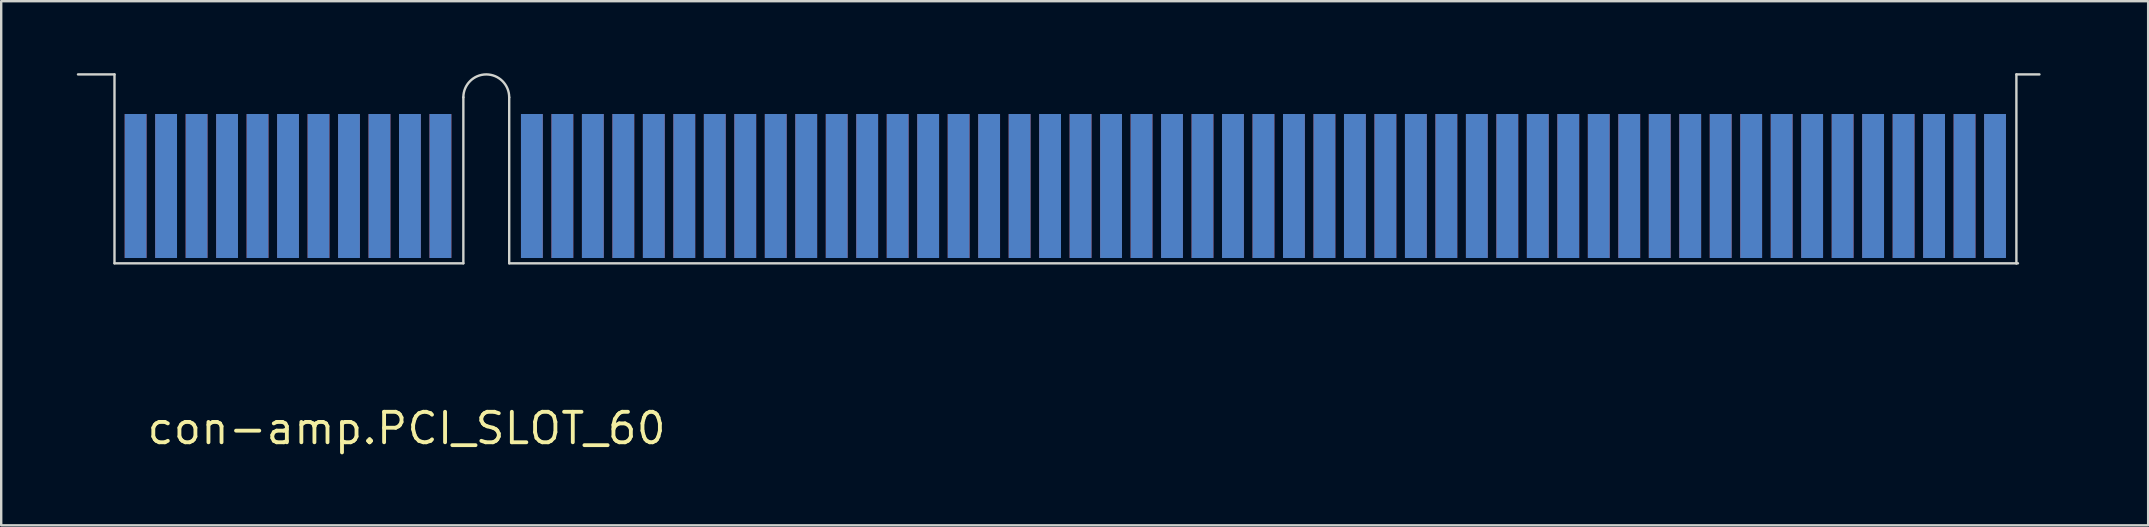
<source format=kicad_pcb>
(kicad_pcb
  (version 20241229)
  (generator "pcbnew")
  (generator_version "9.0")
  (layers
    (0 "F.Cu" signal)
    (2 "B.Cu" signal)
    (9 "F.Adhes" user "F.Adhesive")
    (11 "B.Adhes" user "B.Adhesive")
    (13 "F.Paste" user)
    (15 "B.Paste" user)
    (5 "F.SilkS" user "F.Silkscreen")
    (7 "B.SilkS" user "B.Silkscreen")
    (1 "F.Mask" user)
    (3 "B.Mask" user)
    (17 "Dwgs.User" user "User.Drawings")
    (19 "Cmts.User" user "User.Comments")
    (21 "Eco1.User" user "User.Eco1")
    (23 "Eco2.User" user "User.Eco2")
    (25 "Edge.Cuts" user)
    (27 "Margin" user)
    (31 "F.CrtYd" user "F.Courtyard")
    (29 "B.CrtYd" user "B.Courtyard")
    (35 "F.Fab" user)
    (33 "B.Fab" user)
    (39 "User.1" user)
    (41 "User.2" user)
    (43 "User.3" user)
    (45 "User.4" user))
  (footprint "con-amp.PCI_SLOT_60"
    (layer "F.Cu")
    (at 2.6 7.92)
    (property "Reference" "con-amp.PCI_SLOT_60" (at 0.39 7.62 0) (layer "F.SilkS") (effects (font (size 1.27 1.27) (thickness 0.16)) (justify left bottom)))
    (attr smd)
    (fp_line (start -2.15 3.81) (end 80.4 3.81) (stroke (width 0.9) (type default)) (layer "F.Mask"))
    (fp_line (start 0 -5.915) (end 0 3.52) (stroke (width 0.91) (type default)) (layer "F.Mask"))
    (fp_line (start 1.27 -5.915) (end 1.27 3.52) (stroke (width 0.91) (type default)) (layer "F.Mask"))
    (fp_line (start 2.54 -5.915) (end 2.54 3.52) (stroke (width 0.91) (type default)) (layer "F.Mask"))
    (fp_line (start 3.81 -5.915) (end 3.81 3.52) (stroke (width 0.91) (type default)) (layer "F.Mask"))
    (fp_line (start 5.08 -5.915) (end 5.08 3.52) (stroke (width 0.91) (type default)) (layer "F.Mask"))
    (fp_line (start 6.35 -5.915) (end 6.35 3.52) (stroke (width 0.91) (type default)) (layer "F.Mask"))
    (fp_line (start 7.62 -5.915) (end 7.62 3.52) (stroke (width 0.91) (type default)) (layer "F.Mask"))
    (fp_line (start 8.89 -5.915) (end 8.89 3.52) (stroke (width 0.91) (type default)) (layer "F.Mask"))
    (fp_line (start 10.16 -5.915) (end 10.16 3.52) (stroke (width 0.91) (type default)) (layer "F.Mask"))
    (fp_line (start 11.43 -5.915) (end 11.43 3.52) (stroke (width 0.91) (type default)) (layer "F.Mask"))
    (fp_line (start 12.7 -5.915) (end 12.7 3.52) (stroke (width 0.91) (type default)) (layer "F.Mask"))
    (fp_line (start 16.51 -5.915) (end 16.51 3.52) (stroke (width 0.91) (type default)) (layer "F.Mask"))
    (fp_line (start 17.78 -5.915) (end 17.78 3.52) (stroke (width 0.91) (type default)) (layer "F.Mask"))
    (fp_line (start 19.05 -5.915) (end 19.05 3.52) (stroke (width 0.91) (type default)) (layer "F.Mask"))
    (fp_line (start 20.32 -5.915) (end 20.32 3.52) (stroke (width 0.91) (type default)) (layer "F.Mask"))
    (fp_line (start 21.59 -5.915) (end 21.59 3.52) (stroke (width 0.91) (type default)) (layer "F.Mask"))
    (fp_line (start 22.86 -5.915) (end 22.86 3.52) (stroke (width 0.91) (type default)) (layer "F.Mask"))
    (fp_line (start 24.13 -5.915) (end 24.13 3.52) (stroke (width 0.91) (type default)) (layer "F.Mask"))
    (fp_line (start 25.4 -5.915) (end 25.4 3.52) (stroke (width 0.91) (type default)) (layer "F.Mask"))
    (fp_line (start 26.67 -5.915) (end 26.67 3.52) (stroke (width 0.91) (type default)) (layer "F.Mask"))
    (fp_line (start 27.94 -5.915) (end 27.94 3.52) (stroke (width 0.91) (type default)) (layer "F.Mask"))
    (fp_line (start 29.21 -5.915) (end 29.21 3.52) (stroke (width 0.91) (type default)) (layer "F.Mask"))
    (fp_line (start 30.48 -5.915) (end 30.48 3.52) (stroke (width 0.91) (type default)) (layer "F.Mask"))
    (fp_line (start 31.75 -5.915) (end 31.75 3.52) (stroke (width 0.91) (type default)) (layer "F.Mask"))
    (fp_line (start 33.02 -5.915) (end 33.02 3.52) (stroke (width 0.91) (type default)) (layer "F.Mask"))
    (fp_line (start 34.29 -5.915) (end 34.29 3.52) (stroke (width 0.91) (type default)) (layer "F.Mask"))
    (fp_line (start 35.56 -5.915) (end 35.56 3.52) (stroke (width 0.91) (type default)) (layer "F.Mask"))
    (fp_line (start 36.83 -5.915) (end 36.83 3.52) (stroke (width 0.91) (type default)) (layer "F.Mask"))
    (fp_line (start 38.1 -5.915) (end 38.1 3.52) (stroke (width 0.91) (type default)) (layer "F.Mask"))
    (fp_line (start 39.37 -5.915) (end 39.37 3.52) (stroke (width 0.91) (type default)) (layer "F.Mask"))
    (fp_line (start 40.64 -5.915) (end 40.64 3.52) (stroke (width 0.91) (type default)) (layer "F.Mask"))
    (fp_line (start 41.91 -5.915) (end 41.91 3.52) (stroke (width 0.91) (type default)) (layer "F.Mask"))
    (fp_line (start 43.18 -5.915) (end 43.18 3.52) (stroke (width 0.91) (type default)) (layer "F.Mask"))
    (fp_line (start 44.45 -5.915) (end 44.45 3.52) (stroke (width 0.91) (type default)) (layer "F.Mask"))
    (fp_line (start 45.72 -5.915) (end 45.72 3.52) (stroke (width 0.91) (type default)) (layer "F.Mask"))
    (fp_line (start 46.99 -5.915) (end 46.99 3.52) (stroke (width 0.91) (type default)) (layer "F.Mask"))
    (fp_line (start 48.26 -5.915) (end 48.26 3.52) (stroke (width 0.91) (type default)) (layer "F.Mask"))
    (fp_line (start 49.53 -5.915) (end 49.53 3.52) (stroke (width 0.91) (type default)) (layer "F.Mask"))
    (fp_line (start 50.8 -5.915) (end 50.8 3.52) (stroke (width 0.91) (type default)) (layer "F.Mask"))
    (fp_line (start 52.07 -5.915) (end 52.07 3.52) (stroke (width 0.91) (type default)) (layer "F.Mask"))
    (fp_line (start 53.34 -5.915) (end 53.34 3.52) (stroke (width 0.91) (type default)) (layer "F.Mask"))
    (fp_line (start 54.61 -5.915) (end 54.61 3.52) (stroke (width 0.91) (type default)) (layer "F.Mask"))
    (fp_line (start 55.88 -5.915) (end 55.88 3.52) (stroke (width 0.91) (type default)) (layer "F.Mask"))
    (fp_line (start 57.15 -5.915) (end 57.15 3.52) (stroke (width 0.91) (type default)) (layer "F.Mask"))
    (fp_line (start 58.42 -5.915) (end 58.42 3.52) (stroke (width 0.91) (type default)) (layer "F.Mask"))
    (fp_line (start 59.69 -5.915) (end 59.69 3.52) (stroke (width 0.91) (type default)) (layer "F.Mask"))
    (fp_line (start 60.96 -5.915) (end 60.96 3.52) (stroke (width 0.91) (type default)) (layer "F.Mask"))
    (fp_line (start 62.23 -5.915) (end 62.23 3.52) (stroke (width 0.91) (type default)) (layer "F.Mask"))
    (fp_line (start 63.5 -5.915) (end 63.5 3.52) (stroke (width 0.91) (type default)) (layer "F.Mask"))
    (fp_line (start 64.77 -5.915) (end 64.77 3.52) (stroke (width 0.91) (type default)) (layer "F.Mask"))
    (fp_line (start 66.04 -5.915) (end 66.04 3.52) (stroke (width 0.91) (type default)) (layer "F.Mask"))
    (fp_line (start 67.31 -5.915) (end 67.31 3.52) (stroke (width 0.91) (type default)) (layer "F.Mask"))
    (fp_line (start 68.58 -5.915) (end 68.58 3.52) (stroke (width 0.91) (type default)) (layer "F.Mask"))
    (fp_line (start 69.85 -5.915) (end 69.85 3.52) (stroke (width 0.91) (type default)) (layer "F.Mask"))
    (fp_line (start 71.12 -5.915) (end 71.12 3.52) (stroke (width 0.91) (type default)) (layer "F.Mask"))
    (fp_line (start 72.39 -5.915) (end 72.39 3.52) (stroke (width 0.91) (type default)) (layer "F.Mask"))
    (fp_line (start 73.66 -5.915) (end 73.66 3.52) (stroke (width 0.91) (type default)) (layer "F.Mask"))
    (fp_line (start 74.93 -5.915) (end 74.93 3.52) (stroke (width 0.91) (type default)) (layer "F.Mask"))
    (fp_line (start 76.2 -5.915) (end 76.2 3.52) (stroke (width 0.91) (type default)) (layer "F.Mask"))
    (fp_line (start 77.47 -5.915) (end 77.47 3.52) (stroke (width 0.91) (type default)) (layer "F.Mask"))
    (fp_line (start 0 3.52) (end 0 -5.915) (stroke (width 0.91) (type default)) (layer "B.Mask"))
    (fp_line (start 1.27 3.52) (end 1.27 -5.915) (stroke (width 0.91) (type default)) (layer "B.Mask"))
    (fp_line (start 2.54 3.52) (end 2.54 -5.915) (stroke (width 0.91) (type default)) (layer "B.Mask"))
    (fp_line (start 3.81 3.52) (end 3.81 -5.915) (stroke (width 0.91) (type default)) (layer "B.Mask"))
    (fp_line (start 5.08 3.52) (end 5.08 -5.915) (stroke (width 0.91) (type default)) (layer "B.Mask"))
    (fp_line (start 6.35 3.52) (end 6.35 -5.915) (stroke (width 0.91) (type default)) (layer "B.Mask"))
    (fp_line (start 7.62 3.52) (end 7.62 -5.915) (stroke (width 0.91) (type default)) (layer "B.Mask"))
    (fp_line (start 8.89 3.52) (end 8.89 -5.915) (stroke (width 0.91) (type default)) (layer "B.Mask"))
    (fp_line (start 10.16 3.52) (end 10.16 -5.915) (stroke (width 0.91) (type default)) (layer "B.Mask"))
    (fp_line (start 11.43 3.52) (end 11.43 -5.915) (stroke (width 0.91) (type default)) (layer "B.Mask"))
    (fp_line (start 12.7 3.52) (end 12.7 -5.915) (stroke (width 0.91) (type default)) (layer "B.Mask"))
    (fp_line (start 16.51 3.52) (end 16.51 -5.915) (stroke (width 0.91) (type default)) (layer "B.Mask"))
    (fp_line (start 17.78 3.52) (end 17.78 -5.915) (stroke (width 0.91) (type default)) (layer "B.Mask"))
    (fp_line (start 19.05 3.52) (end 19.05 -5.915) (stroke (width 0.91) (type default)) (layer "B.Mask"))
    (fp_line (start 20.32 3.52) (end 20.32 -5.915) (stroke (width 0.91) (type default)) (layer "B.Mask"))
    (fp_line (start 21.59 3.52) (end 21.59 -5.915) (stroke (width 0.91) (type default)) (layer "B.Mask"))
    (fp_line (start 22.86 3.52) (end 22.86 -5.915) (stroke (width 0.91) (type default)) (layer "B.Mask"))
    (fp_line (start 24.13 3.52) (end 24.13 -5.915) (stroke (width 0.91) (type default)) (layer "B.Mask"))
    (fp_line (start 25.4 3.52) (end 25.4 -5.915) (stroke (width 0.91) (type default)) (layer "B.Mask"))
    (fp_line (start 26.67 3.52) (end 26.67 -5.915) (stroke (width 0.91) (type default)) (layer "B.Mask"))
    (fp_line (start 27.94 3.52) (end 27.94 -5.915) (stroke (width 0.91) (type default)) (layer "B.Mask"))
    (fp_line (start 29.21 3.52) (end 29.21 -5.915) (stroke (width 0.91) (type default)) (layer "B.Mask"))
    (fp_line (start 30.48 3.52) (end 30.48 -5.915) (stroke (width 0.91) (type default)) (layer "B.Mask"))
    (fp_line (start 31.75 3.52) (end 31.75 -5.915) (stroke (width 0.91) (type default)) (layer "B.Mask"))
    (fp_line (start 33.02 3.52) (end 33.02 -5.915) (stroke (width 0.91) (type default)) (layer "B.Mask"))
    (fp_line (start 34.29 3.52) (end 34.29 -5.915) (stroke (width 0.91) (type default)) (layer "B.Mask"))
    (fp_line (start 35.56 3.52) (end 35.56 -5.915) (stroke (width 0.91) (type default)) (layer "B.Mask"))
    (fp_line (start 36.83 3.52) (end 36.83 -5.915) (stroke (width 0.91) (type default)) (layer "B.Mask"))
    (fp_line (start 38.1 3.52) (end 38.1 -5.915) (stroke (width 0.91) (type default)) (layer "B.Mask"))
    (fp_line (start 39.37 3.52) (end 39.37 -5.915) (stroke (width 0.91) (type default)) (layer "B.Mask"))
    (fp_line (start 40.64 3.52) (end 40.64 -5.915) (stroke (width 0.91) (type default)) (layer "B.Mask"))
    (fp_line (start 41.91 3.52) (end 41.91 -5.915) (stroke (width 0.91) (type default)) (layer "B.Mask"))
    (fp_line (start 43.18 3.52) (end 43.18 -5.915) (stroke (width 0.91) (type default)) (layer "B.Mask"))
    (fp_line (start 44.45 3.52) (end 44.45 -5.915) (stroke (width 0.91) (type default)) (layer "B.Mask"))
    (fp_line (start 45.72 3.52) (end 45.72 -5.915) (stroke (width 0.91) (type default)) (layer "B.Mask"))
    (fp_line (start 46.99 3.52) (end 46.99 -5.915) (stroke (width 0.91) (type default)) (layer "B.Mask"))
    (fp_line (start 48.26 3.52) (end 48.26 -5.915) (stroke (width 0.91) (type default)) (layer "B.Mask"))
    (fp_line (start 49.53 3.52) (end 49.53 -5.915) (stroke (width 0.91) (type default)) (layer "B.Mask"))
    (fp_line (start 50.8 3.52) (end 50.8 -5.915) (stroke (width 0.91) (type default)) (layer "B.Mask"))
    (fp_line (start 52.07 3.52) (end 52.07 -5.915) (stroke (width 0.91) (type default)) (layer "B.Mask"))
    (fp_line (start 53.34 3.52) (end 53.34 -5.915) (stroke (width 0.91) (type default)) (layer "B.Mask"))
    (fp_line (start 54.61 3.52) (end 54.61 -5.915) (stroke (width 0.91) (type default)) (layer "B.Mask"))
    (fp_line (start 55.88 3.52) (end 55.88 -5.915) (stroke (width 0.91) (type default)) (layer "B.Mask"))
    (fp_line (start 57.15 3.52) (end 57.15 -5.915) (stroke (width 0.91) (type default)) (layer "B.Mask"))
    (fp_line (start 58.42 3.52) (end 58.42 -5.915) (stroke (width 0.91) (type default)) (layer "B.Mask"))
    (fp_line (start 59.69 3.52) (end 59.69 -5.915) (stroke (width 0.91) (type default)) (layer "B.Mask"))
    (fp_line (start 60.96 3.52) (end 60.96 -5.915) (stroke (width 0.91) (type default)) (layer "B.Mask"))
    (fp_line (start 62.23 3.52) (end 62.23 -5.915) (stroke (width 0.91) (type default)) (layer "B.Mask"))
    (fp_line (start 63.5 3.52) (end 63.5 -5.915) (stroke (width 0.91) (type default)) (layer "B.Mask"))
    (fp_line (start 64.77 3.52) (end 64.77 -5.915) (stroke (width 0.91) (type default)) (layer "B.Mask"))
    (fp_line (start 66.04 3.52) (end 66.04 -5.915) (stroke (width 0.91) (type default)) (layer "B.Mask"))
    (fp_line (start 67.31 3.52) (end 67.31 -5.915) (stroke (width 0.91) (type default)) (layer "B.Mask"))
    (fp_line (start 68.58 3.52) (end 68.58 -5.915) (stroke (width 0.91) (type default)) (layer "B.Mask"))
    (fp_line (start 69.85 3.52) (end 69.85 -5.915) (stroke (width 0.91) (type default)) (layer "B.Mask"))
    (fp_line (start 71.12 3.52) (end 71.12 -5.915) (stroke (width 0.91) (type default)) (layer "B.Mask"))
    (fp_line (start 72.39 3.52) (end 72.39 -5.915) (stroke (width 0.91) (type default)) (layer "B.Mask"))
    (fp_line (start 73.66 3.52) (end 73.66 -5.915) (stroke (width 0.91) (type default)) (layer "B.Mask"))
    (fp_line (start 74.93 3.52) (end 74.93 -5.915) (stroke (width 0.91) (type default)) (layer "B.Mask"))
    (fp_line (start 76.2 3.52) (end 76.2 -5.915) (stroke (width 0.91) (type default)) (layer "B.Mask"))
    (fp_line (start 77.47 3.52) (end 77.47 -5.915) (stroke (width 0.91) (type default)) (layer "B.Mask"))
    (fp_line (start 80.4 3.81) (end -2.15 3.81) (stroke (width 0.9) (type default)) (layer "B.Mask"))
    (fp_line (start -0.88 -7.87) (end -2.4 -7.87) (stroke (width 0.1) (type default)) (layer "Edge.Cuts"))
    (fp_line (start -0.88 0) (end -0.88 -7.87) (stroke (width 0.1) (type default)) (layer "Edge.Cuts"))
    (fp_line (start -0.88 0) (end 13.655 0) (stroke (width 0.1) (type default)) (layer "Edge.Cuts"))
    (fp_line (start 13.655 0) (end 13.655 -6.915) (stroke (width 0.1) (type default)) (layer "Edge.Cuts"))
    (fp_line (start 15.565 0) (end 15.565 -6.915) (stroke (width 0.1) (type default)) (layer "Edge.Cuts"))
    (fp_line (start 15.565 0) (end 78.36 0) (stroke (width 0.1) (type default)) (layer "Edge.Cuts"))
    (fp_line (start 78.36 -7.87) (end 79.32 -7.87) (stroke (width 0.1) (type default)) (layer "Edge.Cuts"))
    (fp_line (start 78.36 0) (end 78.36 -7.87) (stroke (width 0.1) (type default)) (layer "Edge.Cuts"))
    (fp_line (start 78.36 0) (end 78.425 0) (stroke (width 0.1) (type default)) (layer "Edge.Cuts"))
    (fp_arc (start 13.655 -6.915) (mid 14.61 -7.87) (end 15.565 -6.915) (stroke (width 0.1) (type default)) (layer "Edge.Cuts"))
    (pad "1" smd roundrect (at 0 -3.22) (size 0.91 6) (layers "F.Cu" "F.Mask" "F.Paste") (roundrect_rratio 0.01))
    (pad "2" smd roundrect (at 0 -3.22) (size 0.91 6) (layers "B.Cu" "B.Mask" "B.Paste") (roundrect_rratio 0.01))
    (pad "3" smd roundrect (at 1.27 -3.22) (size 0.91 6) (layers "F.Cu" "F.Mask" "F.Paste") (roundrect_rratio 0.01))
    (pad "4" smd roundrect (at 1.27 -3.22) (size 0.91 6) (layers "B.Cu" "B.Mask" "B.Paste") (roundrect_rratio 0.01))
    (pad "5" smd roundrect (at 2.54 -3.22) (size 0.91 6) (layers "F.Cu" "F.Mask" "F.Paste") (roundrect_rratio 0.01))
    (pad "6" smd roundrect (at 2.54 -3.22) (size 0.91 6) (layers "B.Cu" "B.Mask" "B.Paste") (roundrect_rratio 0.01))
    (pad "7" smd roundrect (at 3.81 -3.22) (size 0.91 6) (layers "F.Cu" "F.Mask" "F.Paste") (roundrect_rratio 0.01))
    (pad "8" smd roundrect (at 3.81 -3.22) (size 0.91 6) (layers "B.Cu" "B.Mask" "B.Paste") (roundrect_rratio 0.01))
    (pad "9" smd roundrect (at 5.08 -3.22) (size 0.91 6) (layers "F.Cu" "F.Mask" "F.Paste") (roundrect_rratio 0.01))
    (pad "10" smd roundrect (at 5.08 -3.22) (size 0.91 6) (layers "B.Cu" "B.Mask" "B.Paste") (roundrect_rratio 0.01))
    (pad "11" smd roundrect (at 6.35 -3.22) (size 0.91 6) (layers "F.Cu" "F.Mask" "F.Paste") (roundrect_rratio 0.01))
    (pad "12" smd roundrect (at 6.35 -3.22) (size 0.91 6) (layers "B.Cu" "B.Mask" "B.Paste") (roundrect_rratio 0.01))
    (pad "13" smd roundrect (at 7.62 -3.22) (size 0.91 6) (layers "F.Cu" "F.Mask" "F.Paste") (roundrect_rratio 0.01))
    (pad "14" smd roundrect (at 7.62 -3.22) (size 0.91 6) (layers "B.Cu" "B.Mask" "B.Paste") (roundrect_rratio 0.01))
    (pad "15" smd roundrect (at 8.89 -3.22) (size 0.91 6) (layers "F.Cu" "F.Mask" "F.Paste") (roundrect_rratio 0.01))
    (pad "16" smd roundrect (at 8.89 -3.22) (size 0.91 6) (layers "B.Cu" "B.Mask" "B.Paste") (roundrect_rratio 0.01))
    (pad "17" smd roundrect (at 10.16 -3.22) (size 0.91 6) (layers "F.Cu" "F.Mask" "F.Paste") (roundrect_rratio 0.01))
    (pad "18" smd roundrect (at 10.16 -3.22) (size 0.91 6) (layers "B.Cu" "B.Mask" "B.Paste") (roundrect_rratio 0.01))
    (pad "19" smd roundrect (at 11.43 -3.22) (size 0.91 6) (layers "F.Cu" "F.Mask" "F.Paste") (roundrect_rratio 0.01))
    (pad "20" smd roundrect (at 11.43 -3.22) (size 0.91 6) (layers "B.Cu" "B.Mask" "B.Paste") (roundrect_rratio 0.01))
    (pad "21" smd roundrect (at 12.7 -3.22) (size 0.91 6) (layers "F.Cu" "F.Mask" "F.Paste") (roundrect_rratio 0.01))
    (pad "22" smd roundrect (at 12.7 -3.22) (size 0.91 6) (layers "B.Cu" "B.Mask" "B.Paste") (roundrect_rratio 0.01))
    (pad "23" smd roundrect (at 16.51 -3.22) (size 0.91 6) (layers "F.Cu" "F.Mask" "F.Paste") (roundrect_rratio 0.01))
    (pad "24" smd roundrect (at 16.51 -3.22) (size 0.91 6) (layers "B.Cu" "B.Mask" "B.Paste") (roundrect_rratio 0.01))
    (pad "25" smd roundrect (at 17.78 -3.22) (size 0.91 6) (layers "F.Cu" "F.Mask" "F.Paste") (roundrect_rratio 0.01))
    (pad "26" smd roundrect (at 17.78 -3.22) (size 0.91 6) (layers "B.Cu" "B.Mask" "B.Paste") (roundrect_rratio 0.01))
    (pad "27" smd roundrect (at 19.05 -3.22) (size 0.91 6) (layers "F.Cu" "F.Mask" "F.Paste") (roundrect_rratio 0.01))
    (pad "28" smd roundrect (at 19.05 -3.22) (size 0.91 6) (layers "B.Cu" "B.Mask" "B.Paste") (roundrect_rratio 0.01))
    (pad "29" smd roundrect (at 20.32 -3.22) (size 0.91 6) (layers "F.Cu" "F.Mask" "F.Paste") (roundrect_rratio 0.01))
    (pad "30" smd roundrect (at 20.32 -3.22) (size 0.91 6) (layers "B.Cu" "B.Mask" "B.Paste") (roundrect_rratio 0.01))
    (pad "31" smd roundrect (at 21.59 -3.22) (size 0.91 6) (layers "F.Cu" "F.Mask" "F.Paste") (roundrect_rratio 0.01))
    (pad "32" smd roundrect (at 21.59 -3.22) (size 0.91 6) (layers "B.Cu" "B.Mask" "B.Paste") (roundrect_rratio 0.01))
    (pad "33" smd roundrect (at 22.86 -3.22) (size 0.91 6) (layers "F.Cu" "F.Mask" "F.Paste") (roundrect_rratio 0.01))
    (pad "34" smd roundrect (at 22.86 -3.22) (size 0.91 6) (layers "B.Cu" "B.Mask" "B.Paste") (roundrect_rratio 0.01))
    (pad "35" smd roundrect (at 24.13 -3.22) (size 0.91 6) (layers "F.Cu" "F.Mask" "F.Paste") (roundrect_rratio 0.01))
    (pad "36" smd roundrect (at 24.13 -3.22) (size 0.91 6) (layers "B.Cu" "B.Mask" "B.Paste") (roundrect_rratio 0.01))
    (pad "37" smd roundrect (at 25.4 -3.22) (size 0.91 6) (layers "F.Cu" "F.Mask" "F.Paste") (roundrect_rratio 0.01))
    (pad "38" smd roundrect (at 25.4 -3.22) (size 0.91 6) (layers "B.Cu" "B.Mask" "B.Paste") (roundrect_rratio 0.01))
    (pad "39" smd roundrect (at 26.67 -3.22) (size 0.91 6) (layers "F.Cu" "F.Mask" "F.Paste") (roundrect_rratio 0.01))
    (pad "40" smd roundrect (at 26.67 -3.22) (size 0.91 6) (layers "B.Cu" "B.Mask" "B.Paste") (roundrect_rratio 0.01))
    (pad "41" smd roundrect (at 27.94 -3.22) (size 0.91 6) (layers "F.Cu" "F.Mask" "F.Paste") (roundrect_rratio 0.01))
    (pad "42" smd roundrect (at 27.94 -3.22) (size 0.91 6) (layers "B.Cu" "B.Mask" "B.Paste") (roundrect_rratio 0.01))
    (pad "43" smd roundrect (at 29.21 -3.22) (size 0.91 6) (layers "F.Cu" "F.Mask" "F.Paste") (roundrect_rratio 0.01))
    (pad "44" smd roundrect (at 29.21 -3.22) (size 0.91 6) (layers "B.Cu" "B.Mask" "B.Paste") (roundrect_rratio 0.01))
    (pad "45" smd roundrect (at 30.48 -3.22) (size 0.91 6) (layers "F.Cu" "F.Mask" "F.Paste") (roundrect_rratio 0.01))
    (pad "46" smd roundrect (at 30.48 -3.22) (size 0.91 6) (layers "B.Cu" "B.Mask" "B.Paste") (roundrect_rratio 0.01))
    (pad "47" smd roundrect (at 31.75 -3.22) (size 0.91 6) (layers "F.Cu" "F.Mask" "F.Paste") (roundrect_rratio 0.01))
    (pad "48" smd roundrect (at 31.75 -3.22) (size 0.91 6) (layers "B.Cu" "B.Mask" "B.Paste") (roundrect_rratio 0.01))
    (pad "49" smd roundrect (at 33.02 -3.22) (size 0.91 6) (layers "F.Cu" "F.Mask" "F.Paste") (roundrect_rratio 0.01))
    (pad "50" smd roundrect (at 33.02 -3.22) (size 0.91 6) (layers "B.Cu" "B.Mask" "B.Paste") (roundrect_rratio 0.01))
    (pad "51" smd roundrect (at 34.29 -3.22) (size 0.91 6) (layers "F.Cu" "F.Mask" "F.Paste") (roundrect_rratio 0.01))
    (pad "52" smd roundrect (at 34.29 -3.22) (size 0.91 6) (layers "B.Cu" "B.Mask" "B.Paste") (roundrect_rratio 0.01))
    (pad "53" smd roundrect (at 35.56 -3.22) (size 0.91 6) (layers "F.Cu" "F.Mask" "F.Paste") (roundrect_rratio 0.01))
    (pad "54" smd roundrect (at 35.56 -3.22) (size 0.91 6) (layers "B.Cu" "B.Mask" "B.Paste") (roundrect_rratio 0.01))
    (pad "55" smd roundrect (at 36.83 -3.22) (size 0.91 6) (layers "F.Cu" "F.Mask" "F.Paste") (roundrect_rratio 0.01))
    (pad "56" smd roundrect (at 36.83 -3.22) (size 0.91 6) (layers "B.Cu" "B.Mask" "B.Paste") (roundrect_rratio 0.01))
    (pad "57" smd roundrect (at 38.1 -3.22) (size 0.91 6) (layers "F.Cu" "F.Mask" "F.Paste") (roundrect_rratio 0.01))
    (pad "58" smd roundrect (at 38.1 -3.22) (size 0.91 6) (layers "B.Cu" "B.Mask" "B.Paste") (roundrect_rratio 0.01))
    (pad "59" smd roundrect (at 39.37 -3.22) (size 0.91 6) (layers "F.Cu" "F.Mask" "F.Paste") (roundrect_rratio 0.01))
    (pad "60" smd roundrect (at 39.37 -3.22) (size 0.91 6) (layers "B.Cu" "B.Mask" "B.Paste") (roundrect_rratio 0.01))
    (pad "61" smd roundrect (at 40.64 -3.22) (size 0.91 6) (layers "F.Cu" "F.Mask" "F.Paste") (roundrect_rratio 0.01))
    (pad "62" smd roundrect (at 40.64 -3.22) (size 0.91 6) (layers "B.Cu" "B.Mask" "B.Paste") (roundrect_rratio 0.01))
    (pad "63" smd roundrect (at 41.91 -3.22) (size 0.91 6) (layers "F.Cu" "F.Mask" "F.Paste") (roundrect_rratio 0.01))
    (pad "64" smd roundrect (at 41.91 -3.22) (size 0.91 6) (layers "B.Cu" "B.Mask" "B.Paste") (roundrect_rratio 0.01))
    (pad "65" smd roundrect (at 43.18 -3.22) (size 0.91 6) (layers "F.Cu" "F.Mask" "F.Paste") (roundrect_rratio 0.01))
    (pad "66" smd roundrect (at 43.18 -3.22) (size 0.91 6) (layers "B.Cu" "B.Mask" "B.Paste") (roundrect_rratio 0.01))
    (pad "67" smd roundrect (at 44.45 -3.22) (size 0.91 6) (layers "F.Cu" "F.Mask" "F.Paste") (roundrect_rratio 0.01))
    (pad "68" smd roundrect (at 44.45 -3.22) (size 0.91 6) (layers "B.Cu" "B.Mask" "B.Paste") (roundrect_rratio 0.01))
    (pad "69" smd roundrect (at 45.72 -3.22) (size 0.91 6) (layers "F.Cu" "F.Mask" "F.Paste") (roundrect_rratio 0.01))
    (pad "70" smd roundrect (at 45.72 -3.22) (size 0.91 6) (layers "B.Cu" "B.Mask" "B.Paste") (roundrect_rratio 0.01))
    (pad "71" smd roundrect (at 46.99 -3.22) (size 0.91 6) (layers "F.Cu" "F.Mask" "F.Paste") (roundrect_rratio 0.01))
    (pad "72" smd roundrect (at 46.99 -3.22) (size 0.91 6) (layers "B.Cu" "B.Mask" "B.Paste") (roundrect_rratio 0.01))
    (pad "73" smd roundrect (at 48.26 -3.22) (size 0.91 6) (layers "F.Cu" "F.Mask" "F.Paste") (roundrect_rratio 0.01))
    (pad "74" smd roundrect (at 48.26 -3.22) (size 0.91 6) (layers "B.Cu" "B.Mask" "B.Paste") (roundrect_rratio 0.01))
    (pad "75" smd roundrect (at 49.53 -3.22) (size 0.91 6) (layers "F.Cu" "F.Mask" "F.Paste") (roundrect_rratio 0.01))
    (pad "76" smd roundrect (at 49.53 -3.22) (size 0.91 6) (layers "B.Cu" "B.Mask" "B.Paste") (roundrect_rratio 0.01))
    (pad "77" smd roundrect (at 50.8 -3.22) (size 0.91 6) (layers "F.Cu" "F.Mask" "F.Paste") (roundrect_rratio 0.01))
    (pad "78" smd roundrect (at 50.8 -3.22) (size 0.91 6) (layers "B.Cu" "B.Mask" "B.Paste") (roundrect_rratio 0.01))
    (pad "79" smd roundrect (at 52.07 -3.22) (size 0.91 6) (layers "F.Cu" "F.Mask" "F.Paste") (roundrect_rratio 0.01))
    (pad "80" smd roundrect (at 52.07 -3.22) (size 0.91 6) (layers "B.Cu" "B.Mask" "B.Paste") (roundrect_rratio 0.01))
    (pad "81" smd roundrect (at 53.34 -3.22) (size 0.91 6) (layers "F.Cu" "F.Mask" "F.Paste") (roundrect_rratio 0.01))
    (pad "82" smd roundrect (at 53.34 -3.22) (size 0.91 6) (layers "B.Cu" "B.Mask" "B.Paste") (roundrect_rratio 0.01))
    (pad "83" smd roundrect (at 54.61 -3.22) (size 0.91 6) (layers "F.Cu" "F.Mask" "F.Paste") (roundrect_rratio 0.01))
    (pad "84" smd roundrect (at 54.61 -3.22) (size 0.91 6) (layers "B.Cu" "B.Mask" "B.Paste") (roundrect_rratio 0.01))
    (pad "85" smd roundrect (at 55.88 -3.22) (size 0.91 6) (layers "F.Cu" "F.Mask" "F.Paste") (roundrect_rratio 0.01))
    (pad "86" smd roundrect (at 55.88 -3.22) (size 0.91 6) (layers "B.Cu" "B.Mask" "B.Paste") (roundrect_rratio 0.01))
    (pad "87" smd roundrect (at 57.15 -3.22) (size 0.91 6) (layers "F.Cu" "F.Mask" "F.Paste") (roundrect_rratio 0.01))
    (pad "88" smd roundrect (at 57.15 -3.22) (size 0.91 6) (layers "B.Cu" "B.Mask" "B.Paste") (roundrect_rratio 0.01))
    (pad "89" smd roundrect (at 58.42 -3.22) (size 0.91 6) (layers "F.Cu" "F.Mask" "F.Paste") (roundrect_rratio 0.01))
    (pad "90" smd roundrect (at 58.42 -3.22) (size 0.91 6) (layers "B.Cu" "B.Mask" "B.Paste") (roundrect_rratio 0.01))
    (pad "91" smd roundrect (at 59.69 -3.22) (size 0.91 6) (layers "F.Cu" "F.Mask" "F.Paste") (roundrect_rratio 0.01))
    (pad "92" smd roundrect (at 59.69 -3.22) (size 0.91 6) (layers "B.Cu" "B.Mask" "B.Paste") (roundrect_rratio 0.01))
    (pad "93" smd roundrect (at 60.96 -3.22) (size 0.91 6) (layers "F.Cu" "F.Mask" "F.Paste") (roundrect_rratio 0.01))
    (pad "94" smd roundrect (at 60.96 -3.22) (size 0.91 6) (layers "B.Cu" "B.Mask" "B.Paste") (roundrect_rratio 0.01))
    (pad "95" smd roundrect (at 62.23 -3.22) (size 0.91 6) (layers "F.Cu" "F.Mask" "F.Paste") (roundrect_rratio 0.01))
    (pad "96" smd roundrect (at 62.23 -3.22) (size 0.91 6) (layers "B.Cu" "B.Mask" "B.Paste") (roundrect_rratio 0.01))
    (pad "97" smd roundrect (at 63.5 -3.22) (size 0.91 6) (layers "F.Cu" "F.Mask" "F.Paste") (roundrect_rratio 0.01))
    (pad "98" smd roundrect (at 63.5 -3.22) (size 0.91 6) (layers "B.Cu" "B.Mask" "B.Paste") (roundrect_rratio 0.01))
    (pad "99" smd roundrect (at 64.77 -3.22) (size 0.91 6) (layers "F.Cu" "F.Mask" "F.Paste") (roundrect_rratio 0.01))
    (pad "100" smd roundrect (at 64.77 -3.22) (size 0.91 6) (layers "B.Cu" "B.Mask" "B.Paste") (roundrect_rratio 0.01))
    (pad "101" smd roundrect (at 66.04 -3.22) (size 0.91 6) (layers "F.Cu" "F.Mask" "F.Paste") (roundrect_rratio 0.01))
    (pad "102" smd roundrect (at 66.04 -3.22) (size 0.91 6) (layers "B.Cu" "B.Mask" "B.Paste") (roundrect_rratio 0.01))
    (pad "103" smd roundrect (at 67.31 -3.22) (size 0.91 6) (layers "F.Cu" "F.Mask" "F.Paste") (roundrect_rratio 0.01))
    (pad "104" smd roundrect (at 67.31 -3.22) (size 0.91 6) (layers "B.Cu" "B.Mask" "B.Paste") (roundrect_rratio 0.01))
    (pad "105" smd roundrect (at 68.58 -3.22) (size 0.91 6) (layers "F.Cu" "F.Mask" "F.Paste") (roundrect_rratio 0.01))
    (pad "106" smd roundrect (at 68.58 -3.22) (size 0.91 6) (layers "B.Cu" "B.Mask" "B.Paste") (roundrect_rratio 0.01))
    (pad "107" smd roundrect (at 69.85 -3.22) (size 0.91 6) (layers "F.Cu" "F.Mask" "F.Paste") (roundrect_rratio 0.01))
    (pad "108" smd roundrect (at 69.85 -3.22) (size 0.91 6) (layers "B.Cu" "B.Mask" "B.Paste") (roundrect_rratio 0.01))
    (pad "109" smd roundrect (at 71.12 -3.22) (size 0.91 6) (layers "F.Cu" "F.Mask" "F.Paste") (roundrect_rratio 0.01))
    (pad "110" smd roundrect (at 71.12 -3.22) (size 0.91 6) (layers "B.Cu" "B.Mask" "B.Paste") (roundrect_rratio 0.01))
    (pad "111" smd roundrect (at 72.39 -3.22) (size 0.91 6) (layers "F.Cu" "F.Mask" "F.Paste") (roundrect_rratio 0.01))
    (pad "112" smd roundrect (at 72.39 -3.22) (size 0.91 6) (layers "B.Cu" "B.Mask" "B.Paste") (roundrect_rratio 0.01))
    (pad "113" smd roundrect (at 73.66 -3.22) (size 0.91 6) (layers "F.Cu" "F.Mask" "F.Paste") (roundrect_rratio 0.01))
    (pad "114" smd roundrect (at 73.66 -3.22) (size 0.91 6) (layers "B.Cu" "B.Mask" "B.Paste") (roundrect_rratio 0.01))
    (pad "115" smd roundrect (at 74.93 -3.22) (size 0.91 6) (layers "F.Cu" "F.Mask" "F.Paste") (roundrect_rratio 0.01))
    (pad "116" smd roundrect (at 74.93 -3.22) (size 0.91 6) (layers "B.Cu" "B.Mask" "B.Paste") (roundrect_rratio 0.01))
    (pad "117" smd roundrect (at 76.2 -3.22) (size 0.91 6) (layers "F.Cu" "F.Mask" "F.Paste") (roundrect_rratio 0.01))
    (pad "118" smd roundrect (at 76.2 -3.22) (size 0.91 6) (layers "B.Cu" "B.Mask" "B.Paste") (roundrect_rratio 0.01))
    (pad "119" smd roundrect (at 77.47 -3.22) (size 0.91 6) (layers "F.Cu" "F.Mask" "F.Paste") (roundrect_rratio 0.01))
    (pad "120" smd roundrect (at 77.47 -3.22) (size 0.91 6) (layers "B.Cu" "B.Mask" "B.Paste") (roundrect_rratio 0.01)))
  (gr_rect
    (start -3 -3)
    (end 86.45 18.837)
    (stroke (width 0.1) (type default))
    (fill no)
    (layer "Edge.Cuts")))
</source>
